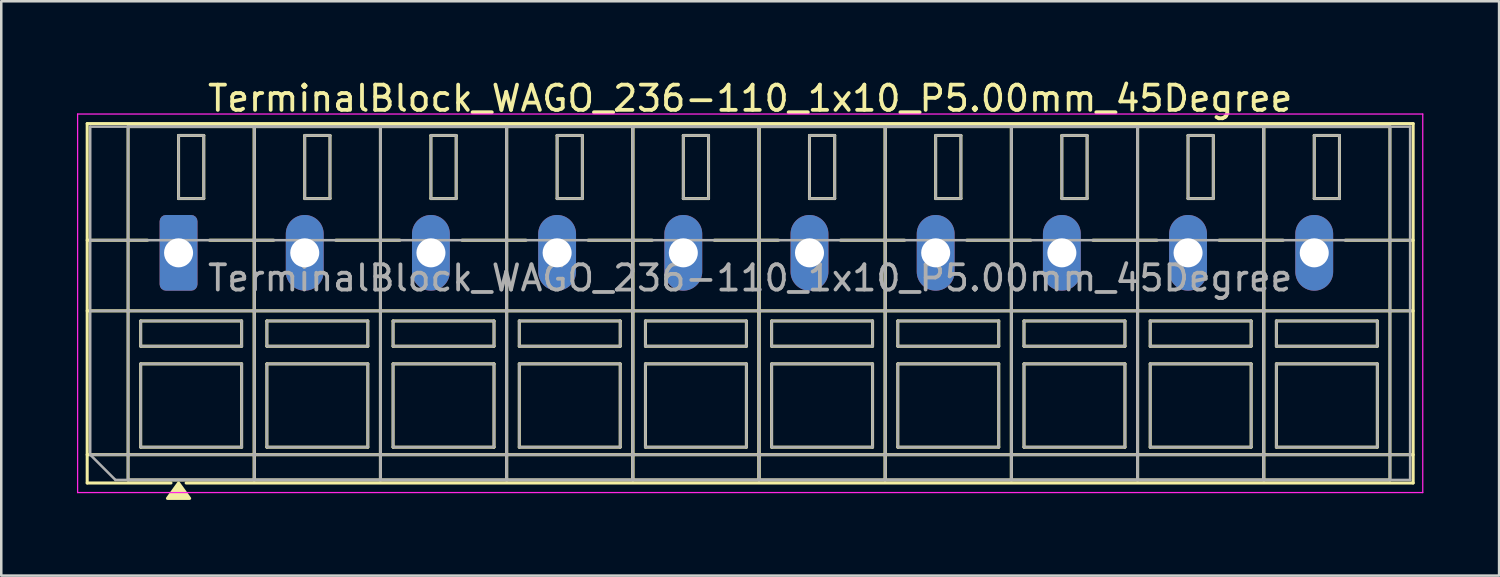
<source format=kicad_pcb>
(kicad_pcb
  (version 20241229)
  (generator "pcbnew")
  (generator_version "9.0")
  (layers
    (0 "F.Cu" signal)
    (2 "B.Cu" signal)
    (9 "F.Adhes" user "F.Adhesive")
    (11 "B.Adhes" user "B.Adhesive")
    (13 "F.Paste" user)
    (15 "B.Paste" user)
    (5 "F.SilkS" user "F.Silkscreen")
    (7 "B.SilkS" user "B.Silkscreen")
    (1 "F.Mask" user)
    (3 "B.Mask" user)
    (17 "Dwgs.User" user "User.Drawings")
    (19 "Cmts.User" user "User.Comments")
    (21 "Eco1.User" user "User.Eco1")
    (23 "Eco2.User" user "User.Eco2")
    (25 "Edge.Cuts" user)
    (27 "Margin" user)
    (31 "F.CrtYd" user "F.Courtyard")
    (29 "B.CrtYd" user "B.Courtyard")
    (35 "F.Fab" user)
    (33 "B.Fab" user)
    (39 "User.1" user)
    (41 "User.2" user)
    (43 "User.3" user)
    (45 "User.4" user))
  (footprint "TerminalBlock_WAGO_236-110_1x10_P5.00mm_45Degree"
    (layer "F.Cu")
    (at 4.025 6.968)
    (property "Reference" "TerminalBlock_WAGO_236-110_1x10_P5.00mm_45Degree" (at 22.65 -6.12 0) (layer "F.SilkS") (effects (font (size 1 1) (thickness 0.15))))
    (attr through_hole)
    (fp_line (start -3.62 -5.12) (end 48.92 -5.12) (stroke (width 0.12) (type solid)) (layer "F.SilkS"))
    (fp_line (start -3.62 -0.5) (end -1.23 -0.5) (stroke (width 0.12) (type solid)) (layer "F.SilkS"))
    (fp_line (start -3.62 2.3) (end 48.92 2.3) (stroke (width 0.12) (type solid)) (layer "F.SilkS"))
    (fp_line (start -3.62 8) (end 48.92 8) (stroke (width 0.12) (type solid)) (layer "F.SilkS"))
    (fp_line (start -3.62 9.12) (end -3.62 -5.12) (stroke (width 0.12) (type solid)) (layer "F.SilkS"))
    (fp_line (start -2 -5) (end 3 -5) (stroke (width 0.12) (type solid)) (layer "F.SilkS"))
    (fp_line (start -2 9) (end -2 -5) (stroke (width 0.12) (type solid)) (layer "F.SilkS"))
    (fp_line (start -1.5 2.7) (end 2.5 2.7) (stroke (width 0.12) (type solid)) (layer "F.SilkS"))
    (fp_line (start -1.5 3.7) (end -1.5 2.7) (stroke (width 0.12) (type solid)) (layer "F.SilkS"))
    (fp_line (start -1.5 4.4) (end 2.5 4.4) (stroke (width 0.12) (type solid)) (layer "F.SilkS"))
    (fp_line (start -1.5 7.7) (end -1.5 4.4) (stroke (width 0.12) (type solid)) (layer "F.SilkS"))
    (fp_line (start -0.3 9.12) (end -3.62 9.12) (stroke (width 0.12) (type solid)) (layer "F.SilkS"))
    (fp_line (start 0 -4.65) (end 1 -4.65) (stroke (width 0.12) (type solid)) (layer "F.SilkS"))
    (fp_line (start 0 -2.15) (end 0 -4.65) (stroke (width 0.12) (type solid)) (layer "F.SilkS"))
    (fp_line (start 1 -4.65) (end 1 -2.15) (stroke (width 0.12) (type solid)) (layer "F.SilkS"))
    (fp_line (start 1 -2.15) (end 0 -2.15) (stroke (width 0.12) (type solid)) (layer "F.SilkS"))
    (fp_line (start 1.23 -0.5) (end 3.77 -0.5) (stroke (width 0.12) (type solid)) (layer "F.SilkS"))
    (fp_line (start 2.5 2.7) (end 2.5 3.7) (stroke (width 0.12) (type solid)) (layer "F.SilkS"))
    (fp_line (start 2.5 3.7) (end -1.5 3.7) (stroke (width 0.12) (type solid)) (layer "F.SilkS"))
    (fp_line (start 2.5 4.4) (end 2.5 7.7) (stroke (width 0.12) (type solid)) (layer "F.SilkS"))
    (fp_line (start 2.5 7.7) (end -1.5 7.7) (stroke (width 0.12) (type solid)) (layer "F.SilkS"))
    (fp_line (start 3 -5) (end 3 9) (stroke (width 0.12) (type solid)) (layer "F.SilkS"))
    (fp_line (start 3 -5) (end 8 -5) (stroke (width 0.12) (type solid)) (layer "F.SilkS"))
    (fp_line (start 3 9) (end -2 9) (stroke (width 0.12) (type solid)) (layer "F.SilkS"))
    (fp_line (start 3 9) (end 3 -5) (stroke (width 0.12) (type solid)) (layer "F.SilkS"))
    (fp_line (start 3.5 2.7) (end 7.5 2.7) (stroke (width 0.12) (type solid)) (layer "F.SilkS"))
    (fp_line (start 3.5 3.7) (end 3.5 2.7) (stroke (width 0.12) (type solid)) (layer "F.SilkS"))
    (fp_line (start 3.5 4.4) (end 7.5 4.4) (stroke (width 0.12) (type solid)) (layer "F.SilkS"))
    (fp_line (start 3.5 7.7) (end 3.5 4.4) (stroke (width 0.12) (type solid)) (layer "F.SilkS"))
    (fp_line (start 5 -4.65) (end 6 -4.65) (stroke (width 0.12) (type solid)) (layer "F.SilkS"))
    (fp_line (start 5 -2.15) (end 5 -4.65) (stroke (width 0.12) (type solid)) (layer "F.SilkS"))
    (fp_line (start 6 -4.65) (end 6 -2.15) (stroke (width 0.12) (type solid)) (layer "F.SilkS"))
    (fp_line (start 6 -2.15) (end 5 -2.15) (stroke (width 0.12) (type solid)) (layer "F.SilkS"))
    (fp_line (start 6.23 -0.5) (end 8.77 -0.5) (stroke (width 0.12) (type solid)) (layer "F.SilkS"))
    (fp_line (start 7.5 2.7) (end 7.5 3.7) (stroke (width 0.12) (type solid)) (layer "F.SilkS"))
    (fp_line (start 7.5 3.7) (end 3.5 3.7) (stroke (width 0.12) (type solid)) (layer "F.SilkS"))
    (fp_line (start 7.5 4.4) (end 7.5 7.7) (stroke (width 0.12) (type solid)) (layer "F.SilkS"))
    (fp_line (start 7.5 7.7) (end 3.5 7.7) (stroke (width 0.12) (type solid)) (layer "F.SilkS"))
    (fp_line (start 8 -5) (end 8 9) (stroke (width 0.12) (type solid)) (layer "F.SilkS"))
    (fp_line (start 8 -5) (end 13 -5) (stroke (width 0.12) (type solid)) (layer "F.SilkS"))
    (fp_line (start 8 9) (end 3 9) (stroke (width 0.12) (type solid)) (layer "F.SilkS"))
    (fp_line (start 8 9) (end 8 -5) (stroke (width 0.12) (type solid)) (layer "F.SilkS"))
    (fp_line (start 8.5 2.7) (end 12.5 2.7) (stroke (width 0.12) (type solid)) (layer "F.SilkS"))
    (fp_line (start 8.5 3.7) (end 8.5 2.7) (stroke (width 0.12) (type solid)) (layer "F.SilkS"))
    (fp_line (start 8.5 4.4) (end 12.5 4.4) (stroke (width 0.12) (type solid)) (layer "F.SilkS"))
    (fp_line (start 8.5 7.7) (end 8.5 4.4) (stroke (width 0.12) (type solid)) (layer "F.SilkS"))
    (fp_line (start 10 -4.65) (end 11 -4.65) (stroke (width 0.12) (type solid)) (layer "F.SilkS"))
    (fp_line (start 10 -2.15) (end 10 -4.65) (stroke (width 0.12) (type solid)) (layer "F.SilkS"))
    (fp_line (start 11 -4.65) (end 11 -2.15) (stroke (width 0.12) (type solid)) (layer "F.SilkS"))
    (fp_line (start 11 -2.15) (end 10 -2.15) (stroke (width 0.12) (type solid)) (layer "F.SilkS"))
    (fp_line (start 11.23 -0.5) (end 13.77 -0.5) (stroke (width 0.12) (type solid)) (layer "F.SilkS"))
    (fp_line (start 12.5 2.7) (end 12.5 3.7) (stroke (width 0.12) (type solid)) (layer "F.SilkS"))
    (fp_line (start 12.5 3.7) (end 8.5 3.7) (stroke (width 0.12) (type solid)) (layer "F.SilkS"))
    (fp_line (start 12.5 4.4) (end 12.5 7.7) (stroke (width 0.12) (type solid)) (layer "F.SilkS"))
    (fp_line (start 12.5 7.7) (end 8.5 7.7) (stroke (width 0.12) (type solid)) (layer "F.SilkS"))
    (fp_line (start 13 -5) (end 13 9) (stroke (width 0.12) (type solid)) (layer "F.SilkS"))
    (fp_line (start 13 -5) (end 18 -5) (stroke (width 0.12) (type solid)) (layer "F.SilkS"))
    (fp_line (start 13 9) (end 8 9) (stroke (width 0.12) (type solid)) (layer "F.SilkS"))
    (fp_line (start 13 9) (end 13 -5) (stroke (width 0.12) (type solid)) (layer "F.SilkS"))
    (fp_line (start 13.5 2.7) (end 17.5 2.7) (stroke (width 0.12) (type solid)) (layer "F.SilkS"))
    (fp_line (start 13.5 3.7) (end 13.5 2.7) (stroke (width 0.12) (type solid)) (layer "F.SilkS"))
    (fp_line (start 13.5 4.4) (end 17.5 4.4) (stroke (width 0.12) (type solid)) (layer "F.SilkS"))
    (fp_line (start 13.5 7.7) (end 13.5 4.4) (stroke (width 0.12) (type solid)) (layer "F.SilkS"))
    (fp_line (start 15 -4.65) (end 16 -4.65) (stroke (width 0.12) (type solid)) (layer "F.SilkS"))
    (fp_line (start 15 -2.15) (end 15 -4.65) (stroke (width 0.12) (type solid)) (layer "F.SilkS"))
    (fp_line (start 16 -4.65) (end 16 -2.15) (stroke (width 0.12) (type solid)) (layer "F.SilkS"))
    (fp_line (start 16 -2.15) (end 15 -2.15) (stroke (width 0.12) (type solid)) (layer "F.SilkS"))
    (fp_line (start 16.23 -0.5) (end 18.77 -0.5) (stroke (width 0.12) (type solid)) (layer "F.SilkS"))
    (fp_line (start 17.5 2.7) (end 17.5 3.7) (stroke (width 0.12) (type solid)) (layer "F.SilkS"))
    (fp_line (start 17.5 3.7) (end 13.5 3.7) (stroke (width 0.12) (type solid)) (layer "F.SilkS"))
    (fp_line (start 17.5 4.4) (end 17.5 7.7) (stroke (width 0.12) (type solid)) (layer "F.SilkS"))
    (fp_line (start 17.5 7.7) (end 13.5 7.7) (stroke (width 0.12) (type solid)) (layer "F.SilkS"))
    (fp_line (start 18 -5) (end 18 9) (stroke (width 0.12) (type solid)) (layer "F.SilkS"))
    (fp_line (start 18 -5) (end 23 -5) (stroke (width 0.12) (type solid)) (layer "F.SilkS"))
    (fp_line (start 18 9) (end 13 9) (stroke (width 0.12) (type solid)) (layer "F.SilkS"))
    (fp_line (start 18 9) (end 18 -5) (stroke (width 0.12) (type solid)) (layer "F.SilkS"))
    (fp_line (start 18.5 2.7) (end 22.5 2.7) (stroke (width 0.12) (type solid)) (layer "F.SilkS"))
    (fp_line (start 18.5 3.7) (end 18.5 2.7) (stroke (width 0.12) (type solid)) (layer "F.SilkS"))
    (fp_line (start 18.5 4.4) (end 22.5 4.4) (stroke (width 0.12) (type solid)) (layer "F.SilkS"))
    (fp_line (start 18.5 7.7) (end 18.5 4.4) (stroke (width 0.12) (type solid)) (layer "F.SilkS"))
    (fp_line (start 20 -4.65) (end 21 -4.65) (stroke (width 0.12) (type solid)) (layer "F.SilkS"))
    (fp_line (start 20 -2.15) (end 20 -4.65) (stroke (width 0.12) (type solid)) (layer "F.SilkS"))
    (fp_line (start 21 -4.65) (end 21 -2.15) (stroke (width 0.12) (type solid)) (layer "F.SilkS"))
    (fp_line (start 21 -2.15) (end 20 -2.15) (stroke (width 0.12) (type solid)) (layer "F.SilkS"))
    (fp_line (start 21.23 -0.5) (end 23.77 -0.5) (stroke (width 0.12) (type solid)) (layer "F.SilkS"))
    (fp_line (start 22.5 2.7) (end 22.5 3.7) (stroke (width 0.12) (type solid)) (layer "F.SilkS"))
    (fp_line (start 22.5 3.7) (end 18.5 3.7) (stroke (width 0.12) (type solid)) (layer "F.SilkS"))
    (fp_line (start 22.5 4.4) (end 22.5 7.7) (stroke (width 0.12) (type solid)) (layer "F.SilkS"))
    (fp_line (start 22.5 7.7) (end 18.5 7.7) (stroke (width 0.12) (type solid)) (layer "F.SilkS"))
    (fp_line (start 23 -5) (end 23 9) (stroke (width 0.12) (type solid)) (layer "F.SilkS"))
    (fp_line (start 23 -5) (end 28 -5) (stroke (width 0.12) (type solid)) (layer "F.SilkS"))
    (fp_line (start 23 9) (end 18 9) (stroke (width 0.12) (type solid)) (layer "F.SilkS"))
    (fp_line (start 23 9) (end 23 -5) (stroke (width 0.12) (type solid)) (layer "F.SilkS"))
    (fp_line (start 23.5 2.7) (end 27.5 2.7) (stroke (width 0.12) (type solid)) (layer "F.SilkS"))
    (fp_line (start 23.5 3.7) (end 23.5 2.7) (stroke (width 0.12) (type solid)) (layer "F.SilkS"))
    (fp_line (start 23.5 4.4) (end 27.5 4.4) (stroke (width 0.12) (type solid)) (layer "F.SilkS"))
    (fp_line (start 23.5 7.7) (end 23.5 4.4) (stroke (width 0.12) (type solid)) (layer "F.SilkS"))
    (fp_line (start 25 -4.65) (end 26 -4.65) (stroke (width 0.12) (type solid)) (layer "F.SilkS"))
    (fp_line (start 25 -2.15) (end 25 -4.65) (stroke (width 0.12) (type solid)) (layer "F.SilkS"))
    (fp_line (start 26 -4.65) (end 26 -2.15) (stroke (width 0.12) (type solid)) (layer "F.SilkS"))
    (fp_line (start 26 -2.15) (end 25 -2.15) (stroke (width 0.12) (type solid)) (layer "F.SilkS"))
    (fp_line (start 26.23 -0.5) (end 28.77 -0.5) (stroke (width 0.12) (type solid)) (layer "F.SilkS"))
    (fp_line (start 27.5 2.7) (end 27.5 3.7) (stroke (width 0.12) (type solid)) (layer "F.SilkS"))
    (fp_line (start 27.5 3.7) (end 23.5 3.7) (stroke (width 0.12) (type solid)) (layer "F.SilkS"))
    (fp_line (start 27.5 4.4) (end 27.5 7.7) (stroke (width 0.12) (type solid)) (layer "F.SilkS"))
    (fp_line (start 27.5 7.7) (end 23.5 7.7) (stroke (width 0.12) (type solid)) (layer "F.SilkS"))
    (fp_line (start 28 -5) (end 28 9) (stroke (width 0.12) (type solid)) (layer "F.SilkS"))
    (fp_line (start 28 -5) (end 33 -5) (stroke (width 0.12) (type solid)) (layer "F.SilkS"))
    (fp_line (start 28 9) (end 23 9) (stroke (width 0.12) (type solid)) (layer "F.SilkS"))
    (fp_line (start 28 9) (end 28 -5) (stroke (width 0.12) (type solid)) (layer "F.SilkS"))
    (fp_line (start 28.5 2.7) (end 32.5 2.7) (stroke (width 0.12) (type solid)) (layer "F.SilkS"))
    (fp_line (start 28.5 3.7) (end 28.5 2.7) (stroke (width 0.12) (type solid)) (layer "F.SilkS"))
    (fp_line (start 28.5 4.4) (end 32.5 4.4) (stroke (width 0.12) (type solid)) (layer "F.SilkS"))
    (fp_line (start 28.5 7.7) (end 28.5 4.4) (stroke (width 0.12) (type solid)) (layer "F.SilkS"))
    (fp_line (start 30 -4.65) (end 31 -4.65) (stroke (width 0.12) (type solid)) (layer "F.SilkS"))
    (fp_line (start 30 -2.15) (end 30 -4.65) (stroke (width 0.12) (type solid)) (layer "F.SilkS"))
    (fp_line (start 31 -4.65) (end 31 -2.15) (stroke (width 0.12) (type solid)) (layer "F.SilkS"))
    (fp_line (start 31 -2.15) (end 30 -2.15) (stroke (width 0.12) (type solid)) (layer "F.SilkS"))
    (fp_line (start 31.23 -0.5) (end 33.77 -0.5) (stroke (width 0.12) (type solid)) (layer "F.SilkS"))
    (fp_line (start 32.5 2.7) (end 32.5 3.7) (stroke (width 0.12) (type solid)) (layer "F.SilkS"))
    (fp_line (start 32.5 3.7) (end 28.5 3.7) (stroke (width 0.12) (type solid)) (layer "F.SilkS"))
    (fp_line (start 32.5 4.4) (end 32.5 7.7) (stroke (width 0.12) (type solid)) (layer "F.SilkS"))
    (fp_line (start 32.5 7.7) (end 28.5 7.7) (stroke (width 0.12) (type solid)) (layer "F.SilkS"))
    (fp_line (start 33 -5) (end 33 9) (stroke (width 0.12) (type solid)) (layer "F.SilkS"))
    (fp_line (start 33 -5) (end 38 -5) (stroke (width 0.12) (type solid)) (layer "F.SilkS"))
    (fp_line (start 33 9) (end 28 9) (stroke (width 0.12) (type solid)) (layer "F.SilkS"))
    (fp_line (start 33 9) (end 33 -5) (stroke (width 0.12) (type solid)) (layer "F.SilkS"))
    (fp_line (start 33.5 2.7) (end 37.5 2.7) (stroke (width 0.12) (type solid)) (layer "F.SilkS"))
    (fp_line (start 33.5 3.7) (end 33.5 2.7) (stroke (width 0.12) (type solid)) (layer "F.SilkS"))
    (fp_line (start 33.5 4.4) (end 37.5 4.4) (stroke (width 0.12) (type solid)) (layer "F.SilkS"))
    (fp_line (start 33.5 7.7) (end 33.5 4.4) (stroke (width 0.12) (type solid)) (layer "F.SilkS"))
    (fp_line (start 35 -4.65) (end 36 -4.65) (stroke (width 0.12) (type solid)) (layer "F.SilkS"))
    (fp_line (start 35 -2.15) (end 35 -4.65) (stroke (width 0.12) (type solid)) (layer "F.SilkS"))
    (fp_line (start 36 -4.65) (end 36 -2.15) (stroke (width 0.12) (type solid)) (layer "F.SilkS"))
    (fp_line (start 36 -2.15) (end 35 -2.15) (stroke (width 0.12) (type solid)) (layer "F.SilkS"))
    (fp_line (start 36.23 -0.5) (end 38.77 -0.5) (stroke (width 0.12) (type solid)) (layer "F.SilkS"))
    (fp_line (start 37.5 2.7) (end 37.5 3.7) (stroke (width 0.12) (type solid)) (layer "F.SilkS"))
    (fp_line (start 37.5 3.7) (end 33.5 3.7) (stroke (width 0.12) (type solid)) (layer "F.SilkS"))
    (fp_line (start 37.5 4.4) (end 37.5 7.7) (stroke (width 0.12) (type solid)) (layer "F.SilkS"))
    (fp_line (start 37.5 7.7) (end 33.5 7.7) (stroke (width 0.12) (type solid)) (layer "F.SilkS"))
    (fp_line (start 38 -5) (end 38 9) (stroke (width 0.12) (type solid)) (layer "F.SilkS"))
    (fp_line (start 38 -5) (end 43 -5) (stroke (width 0.12) (type solid)) (layer "F.SilkS"))
    (fp_line (start 38 9) (end 33 9) (stroke (width 0.12) (type solid)) (layer "F.SilkS"))
    (fp_line (start 38 9) (end 38 -5) (stroke (width 0.12) (type solid)) (layer "F.SilkS"))
    (fp_line (start 38.5 2.7) (end 42.5 2.7) (stroke (width 0.12) (type solid)) (layer "F.SilkS"))
    (fp_line (start 38.5 3.7) (end 38.5 2.7) (stroke (width 0.12) (type solid)) (layer "F.SilkS"))
    (fp_line (start 38.5 4.4) (end 42.5 4.4) (stroke (width 0.12) (type solid)) (layer "F.SilkS"))
    (fp_line (start 38.5 7.7) (end 38.5 4.4) (stroke (width 0.12) (type solid)) (layer "F.SilkS"))
    (fp_line (start 40 -4.65) (end 41 -4.65) (stroke (width 0.12) (type solid)) (layer "F.SilkS"))
    (fp_line (start 40 -2.15) (end 40 -4.65) (stroke (width 0.12) (type solid)) (layer "F.SilkS"))
    (fp_line (start 41 -4.65) (end 41 -2.15) (stroke (width 0.12) (type solid)) (layer "F.SilkS"))
    (fp_line (start 41 -2.15) (end 40 -2.15) (stroke (width 0.12) (type solid)) (layer "F.SilkS"))
    (fp_line (start 41.23 -0.5) (end 43.77 -0.5) (stroke (width 0.12) (type solid)) (layer "F.SilkS"))
    (fp_line (start 42.5 2.7) (end 42.5 3.7) (stroke (width 0.12) (type solid)) (layer "F.SilkS"))
    (fp_line (start 42.5 3.7) (end 38.5 3.7) (stroke (width 0.12) (type solid)) (layer "F.SilkS"))
    (fp_line (start 42.5 4.4) (end 42.5 7.7) (stroke (width 0.12) (type solid)) (layer "F.SilkS"))
    (fp_line (start 42.5 7.7) (end 38.5 7.7) (stroke (width 0.12) (type solid)) (layer "F.SilkS"))
    (fp_line (start 43 -5) (end 43 9) (stroke (width 0.12) (type solid)) (layer "F.SilkS"))
    (fp_line (start 43 -5) (end 48 -5) (stroke (width 0.12) (type solid)) (layer "F.SilkS"))
    (fp_line (start 43 9) (end 38 9) (stroke (width 0.12) (type solid)) (layer "F.SilkS"))
    (fp_line (start 43 9) (end 43 -5) (stroke (width 0.12) (type solid)) (layer "F.SilkS"))
    (fp_line (start 43.5 2.7) (end 47.5 2.7) (stroke (width 0.12) (type solid)) (layer "F.SilkS"))
    (fp_line (start 43.5 3.7) (end 43.5 2.7) (stroke (width 0.12) (type solid)) (layer "F.SilkS"))
    (fp_line (start 43.5 4.4) (end 47.5 4.4) (stroke (width 0.12) (type solid)) (layer "F.SilkS"))
    (fp_line (start 43.5 7.7) (end 43.5 4.4) (stroke (width 0.12) (type solid)) (layer "F.SilkS"))
    (fp_line (start 45 -4.65) (end 46 -4.65) (stroke (width 0.12) (type solid)) (layer "F.SilkS"))
    (fp_line (start 45 -2.15) (end 45 -4.65) (stroke (width 0.12) (type solid)) (layer "F.SilkS"))
    (fp_line (start 46 -4.65) (end 46 -2.15) (stroke (width 0.12) (type solid)) (layer "F.SilkS"))
    (fp_line (start 46 -2.15) (end 45 -2.15) (stroke (width 0.12) (type solid)) (layer "F.SilkS"))
    (fp_line (start 46.23 -0.5) (end 48.92 -0.5) (stroke (width 0.12) (type solid)) (layer "F.SilkS"))
    (fp_line (start 47.5 2.7) (end 47.5 3.7) (stroke (width 0.12) (type solid)) (layer "F.SilkS"))
    (fp_line (start 47.5 3.7) (end 43.5 3.7) (stroke (width 0.12) (type solid)) (layer "F.SilkS"))
    (fp_line (start 47.5 4.4) (end 47.5 7.7) (stroke (width 0.12) (type solid)) (layer "F.SilkS"))
    (fp_line (start 47.5 7.7) (end 43.5 7.7) (stroke (width 0.12) (type solid)) (layer "F.SilkS"))
    (fp_line (start 48 -5) (end 48 9) (stroke (width 0.12) (type solid)) (layer "F.SilkS"))
    (fp_line (start 48 9) (end 43 9) (stroke (width 0.12) (type solid)) (layer "F.SilkS"))
    (fp_line (start 48.92 -5.12) (end 48.92 9.12) (stroke (width 0.12) (type solid)) (layer "F.SilkS"))
    (fp_line (start 48.92 9.12) (end 0.3 9.12) (stroke (width 0.12) (type solid)) (layer "F.SilkS"))
    (fp_poly (pts (xy 0 9.12) (xy 0.44 9.73) (xy -0.44 9.73)) (stroke (width 0.12) (type solid)) (fill yes) (layer "F.SilkS"))
    (fp_line (start -4 -5.5) (end -4 9.5) (stroke (width 0.05) (type solid)) (layer "F.CrtYd"))
    (fp_line (start -4 9.5) (end 49.3 9.5) (stroke (width 0.05) (type solid)) (layer "F.CrtYd"))
    (fp_line (start 49.3 -5.5) (end -4 -5.5) (stroke (width 0.05) (type solid)) (layer "F.CrtYd"))
    (fp_line (start 49.3 9.5) (end 49.3 -5.5) (stroke (width 0.05) (type solid)) (layer "F.CrtYd"))
    (fp_line (start -3.5 -5) (end 48.8 -5) (stroke (width 0.1) (type solid)) (layer "F.Fab"))
    (fp_line (start -3.5 -0.5) (end 48.8 -0.5) (stroke (width 0.1) (type solid)) (layer "F.Fab"))
    (fp_line (start -3.5 2.3) (end 48.8 2.3) (stroke (width 0.1) (type solid)) (layer "F.Fab"))
    (fp_line (start -3.5 8) (end -3.5 -5) (stroke (width 0.1) (type solid)) (layer "F.Fab"))
    (fp_line (start -3.5 8) (end 48.8 8) (stroke (width 0.1) (type solid)) (layer "F.Fab"))
    (fp_line (start -2.5 9) (end -3.5 8) (stroke (width 0.1) (type solid)) (layer "F.Fab"))
    (fp_line (start -2 -5) (end -2 9) (stroke (width 0.1) (type solid)) (layer "F.Fab"))
    (fp_line (start -2 9) (end 3 9) (stroke (width 0.1) (type solid)) (layer "F.Fab"))
    (fp_line (start -1.5 2.7) (end -1.5 3.7) (stroke (width 0.1) (type solid)) (layer "F.Fab"))
    (fp_line (start -1.5 3.7) (end 2.5 3.7) (stroke (width 0.1) (type solid)) (layer "F.Fab"))
    (fp_line (start -1.5 4.4) (end -1.5 7.7) (stroke (width 0.1) (type solid)) (layer "F.Fab"))
    (fp_line (start -1.5 7.7) (end 2.5 7.7) (stroke (width 0.1) (type solid)) (layer "F.Fab"))
    (fp_line (start 0 -4.65) (end 0 -2.15) (stroke (width 0.1) (type solid)) (layer "F.Fab"))
    (fp_line (start 0 -2.15) (end 1 -2.15) (stroke (width 0.1) (type solid)) (layer "F.Fab"))
    (fp_line (start 1 -4.65) (end 0 -4.65) (stroke (width 0.1) (type solid)) (layer "F.Fab"))
    (fp_line (start 1 -2.15) (end 1 -4.65) (stroke (width 0.1) (type solid)) (layer "F.Fab"))
    (fp_line (start 2.5 2.7) (end -1.5 2.7) (stroke (width 0.1) (type solid)) (layer "F.Fab"))
    (fp_line (start 2.5 3.7) (end 2.5 2.7) (stroke (width 0.1) (type solid)) (layer "F.Fab"))
    (fp_line (start 2.5 4.4) (end -1.5 4.4) (stroke (width 0.1) (type solid)) (layer "F.Fab"))
    (fp_line (start 2.5 7.7) (end 2.5 4.4) (stroke (width 0.1) (type solid)) (layer "F.Fab"))
    (fp_line (start 3 -5) (end -2 -5) (stroke (width 0.1) (type solid)) (layer "F.Fab"))
    (fp_line (start 3 -5) (end 3 9) (stroke (width 0.1) (type solid)) (layer "F.Fab"))
    (fp_line (start 3 9) (end 3 -5) (stroke (width 0.1) (type solid)) (layer "F.Fab"))
    (fp_line (start 3 9) (end 8 9) (stroke (width 0.1) (type solid)) (layer "F.Fab"))
    (fp_line (start 3.5 2.7) (end 3.5 3.7) (stroke (width 0.1) (type solid)) (layer "F.Fab"))
    (fp_line (start 3.5 3.7) (end 7.5 3.7) (stroke (width 0.1) (type solid)) (layer "F.Fab"))
    (fp_line (start 3.5 4.4) (end 3.5 7.7) (stroke (width 0.1) (type solid)) (layer "F.Fab"))
    (fp_line (start 3.5 7.7) (end 7.5 7.7) (stroke (width 0.1) (type solid)) (layer "F.Fab"))
    (fp_line (start 5 -4.65) (end 5 -2.15) (stroke (width 0.1) (type solid)) (layer "F.Fab"))
    (fp_line (start 5 -2.15) (end 6 -2.15) (stroke (width 0.1) (type solid)) (layer "F.Fab"))
    (fp_line (start 6 -4.65) (end 5 -4.65) (stroke (width 0.1) (type solid)) (layer "F.Fab"))
    (fp_line (start 6 -2.15) (end 6 -4.65) (stroke (width 0.1) (type solid)) (layer "F.Fab"))
    (fp_line (start 7.5 2.7) (end 3.5 2.7) (stroke (width 0.1) (type solid)) (layer "F.Fab"))
    (fp_line (start 7.5 3.7) (end 7.5 2.7) (stroke (width 0.1) (type solid)) (layer "F.Fab"))
    (fp_line (start 7.5 4.4) (end 3.5 4.4) (stroke (width 0.1) (type solid)) (layer "F.Fab"))
    (fp_line (start 7.5 7.7) (end 7.5 4.4) (stroke (width 0.1) (type solid)) (layer "F.Fab"))
    (fp_line (start 8 -5) (end 3 -5) (stroke (width 0.1) (type solid)) (layer "F.Fab"))
    (fp_line (start 8 -5) (end 8 9) (stroke (width 0.1) (type solid)) (layer "F.Fab"))
    (fp_line (start 8 9) (end 8 -5) (stroke (width 0.1) (type solid)) (layer "F.Fab"))
    (fp_line (start 8 9) (end 13 9) (stroke (width 0.1) (type solid)) (layer "F.Fab"))
    (fp_line (start 8.5 2.7) (end 8.5 3.7) (stroke (width 0.1) (type solid)) (layer "F.Fab"))
    (fp_line (start 8.5 3.7) (end 12.5 3.7) (stroke (width 0.1) (type solid)) (layer "F.Fab"))
    (fp_line (start 8.5 4.4) (end 8.5 7.7) (stroke (width 0.1) (type solid)) (layer "F.Fab"))
    (fp_line (start 8.5 7.7) (end 12.5 7.7) (stroke (width 0.1) (type solid)) (layer "F.Fab"))
    (fp_line (start 10 -4.65) (end 10 -2.15) (stroke (width 0.1) (type solid)) (layer "F.Fab"))
    (fp_line (start 10 -2.15) (end 11 -2.15) (stroke (width 0.1) (type solid)) (layer "F.Fab"))
    (fp_line (start 11 -4.65) (end 10 -4.65) (stroke (width 0.1) (type solid)) (layer "F.Fab"))
    (fp_line (start 11 -2.15) (end 11 -4.65) (stroke (width 0.1) (type solid)) (layer "F.Fab"))
    (fp_line (start 12.5 2.7) (end 8.5 2.7) (stroke (width 0.1) (type solid)) (layer "F.Fab"))
    (fp_line (start 12.5 3.7) (end 12.5 2.7) (stroke (width 0.1) (type solid)) (layer "F.Fab"))
    (fp_line (start 12.5 4.4) (end 8.5 4.4) (stroke (width 0.1) (type solid)) (layer "F.Fab"))
    (fp_line (start 12.5 7.7) (end 12.5 4.4) (stroke (width 0.1) (type solid)) (layer "F.Fab"))
    (fp_line (start 13 -5) (end 8 -5) (stroke (width 0.1) (type solid)) (layer "F.Fab"))
    (fp_line (start 13 -5) (end 13 9) (stroke (width 0.1) (type solid)) (layer "F.Fab"))
    (fp_line (start 13 9) (end 13 -5) (stroke (width 0.1) (type solid)) (layer "F.Fab"))
    (fp_line (start 13 9) (end 18 9) (stroke (width 0.1) (type solid)) (layer "F.Fab"))
    (fp_line (start 13.5 2.7) (end 13.5 3.7) (stroke (width 0.1) (type solid)) (layer "F.Fab"))
    (fp_line (start 13.5 3.7) (end 17.5 3.7) (stroke (width 0.1) (type solid)) (layer "F.Fab"))
    (fp_line (start 13.5 4.4) (end 13.5 7.7) (stroke (width 0.1) (type solid)) (layer "F.Fab"))
    (fp_line (start 13.5 7.7) (end 17.5 7.7) (stroke (width 0.1) (type solid)) (layer "F.Fab"))
    (fp_line (start 15 -4.65) (end 15 -2.15) (stroke (width 0.1) (type solid)) (layer "F.Fab"))
    (fp_line (start 15 -2.15) (end 16 -2.15) (stroke (width 0.1) (type solid)) (layer "F.Fab"))
    (fp_line (start 16 -4.65) (end 15 -4.65) (stroke (width 0.1) (type solid)) (layer "F.Fab"))
    (fp_line (start 16 -2.15) (end 16 -4.65) (stroke (width 0.1) (type solid)) (layer "F.Fab"))
    (fp_line (start 17.5 2.7) (end 13.5 2.7) (stroke (width 0.1) (type solid)) (layer "F.Fab"))
    (fp_line (start 17.5 3.7) (end 17.5 2.7) (stroke (width 0.1) (type solid)) (layer "F.Fab"))
    (fp_line (start 17.5 4.4) (end 13.5 4.4) (stroke (width 0.1) (type solid)) (layer "F.Fab"))
    (fp_line (start 17.5 7.7) (end 17.5 4.4) (stroke (width 0.1) (type solid)) (layer "F.Fab"))
    (fp_line (start 18 -5) (end 13 -5) (stroke (width 0.1) (type solid)) (layer "F.Fab"))
    (fp_line (start 18 -5) (end 18 9) (stroke (width 0.1) (type solid)) (layer "F.Fab"))
    (fp_line (start 18 9) (end 18 -5) (stroke (width 0.1) (type solid)) (layer "F.Fab"))
    (fp_line (start 18 9) (end 23 9) (stroke (width 0.1) (type solid)) (layer "F.Fab"))
    (fp_line (start 18.5 2.7) (end 18.5 3.7) (stroke (width 0.1) (type solid)) (layer "F.Fab"))
    (fp_line (start 18.5 3.7) (end 22.5 3.7) (stroke (width 0.1) (type solid)) (layer "F.Fab"))
    (fp_line (start 18.5 4.4) (end 18.5 7.7) (stroke (width 0.1) (type solid)) (layer "F.Fab"))
    (fp_line (start 18.5 7.7) (end 22.5 7.7) (stroke (width 0.1) (type solid)) (layer "F.Fab"))
    (fp_line (start 20 -4.65) (end 20 -2.15) (stroke (width 0.1) (type solid)) (layer "F.Fab"))
    (fp_line (start 20 -2.15) (end 21 -2.15) (stroke (width 0.1) (type solid)) (layer "F.Fab"))
    (fp_line (start 21 -4.65) (end 20 -4.65) (stroke (width 0.1) (type solid)) (layer "F.Fab"))
    (fp_line (start 21 -2.15) (end 21 -4.65) (stroke (width 0.1) (type solid)) (layer "F.Fab"))
    (fp_line (start 22.5 2.7) (end 18.5 2.7) (stroke (width 0.1) (type solid)) (layer "F.Fab"))
    (fp_line (start 22.5 3.7) (end 22.5 2.7) (stroke (width 0.1) (type solid)) (layer "F.Fab"))
    (fp_line (start 22.5 4.4) (end 18.5 4.4) (stroke (width 0.1) (type solid)) (layer "F.Fab"))
    (fp_line (start 22.5 7.7) (end 22.5 4.4) (stroke (width 0.1) (type solid)) (layer "F.Fab"))
    (fp_line (start 23 -5) (end 18 -5) (stroke (width 0.1) (type solid)) (layer "F.Fab"))
    (fp_line (start 23 -5) (end 23 9) (stroke (width 0.1) (type solid)) (layer "F.Fab"))
    (fp_line (start 23 9) (end 23 -5) (stroke (width 0.1) (type solid)) (layer "F.Fab"))
    (fp_line (start 23 9) (end 28 9) (stroke (width 0.1) (type solid)) (layer "F.Fab"))
    (fp_line (start 23.5 2.7) (end 23.5 3.7) (stroke (width 0.1) (type solid)) (layer "F.Fab"))
    (fp_line (start 23.5 3.7) (end 27.5 3.7) (stroke (width 0.1) (type solid)) (layer "F.Fab"))
    (fp_line (start 23.5 4.4) (end 23.5 7.7) (stroke (width 0.1) (type solid)) (layer "F.Fab"))
    (fp_line (start 23.5 7.7) (end 27.5 7.7) (stroke (width 0.1) (type solid)) (layer "F.Fab"))
    (fp_line (start 25 -4.65) (end 25 -2.15) (stroke (width 0.1) (type solid)) (layer "F.Fab"))
    (fp_line (start 25 -2.15) (end 26 -2.15) (stroke (width 0.1) (type solid)) (layer "F.Fab"))
    (fp_line (start 26 -4.65) (end 25 -4.65) (stroke (width 0.1) (type solid)) (layer "F.Fab"))
    (fp_line (start 26 -2.15) (end 26 -4.65) (stroke (width 0.1) (type solid)) (layer "F.Fab"))
    (fp_line (start 27.5 2.7) (end 23.5 2.7) (stroke (width 0.1) (type solid)) (layer "F.Fab"))
    (fp_line (start 27.5 3.7) (end 27.5 2.7) (stroke (width 0.1) (type solid)) (layer "F.Fab"))
    (fp_line (start 27.5 4.4) (end 23.5 4.4) (stroke (width 0.1) (type solid)) (layer "F.Fab"))
    (fp_line (start 27.5 7.7) (end 27.5 4.4) (stroke (width 0.1) (type solid)) (layer "F.Fab"))
    (fp_line (start 28 -5) (end 23 -5) (stroke (width 0.1) (type solid)) (layer "F.Fab"))
    (fp_line (start 28 -5) (end 28 9) (stroke (width 0.1) (type solid)) (layer "F.Fab"))
    (fp_line (start 28 9) (end 28 -5) (stroke (width 0.1) (type solid)) (layer "F.Fab"))
    (fp_line (start 28 9) (end 33 9) (stroke (width 0.1) (type solid)) (layer "F.Fab"))
    (fp_line (start 28.5 2.7) (end 28.5 3.7) (stroke (width 0.1) (type solid)) (layer "F.Fab"))
    (fp_line (start 28.5 3.7) (end 32.5 3.7) (stroke (width 0.1) (type solid)) (layer "F.Fab"))
    (fp_line (start 28.5 4.4) (end 28.5 7.7) (stroke (width 0.1) (type solid)) (layer "F.Fab"))
    (fp_line (start 28.5 7.7) (end 32.5 7.7) (stroke (width 0.1) (type solid)) (layer "F.Fab"))
    (fp_line (start 30 -4.65) (end 30 -2.15) (stroke (width 0.1) (type solid)) (layer "F.Fab"))
    (fp_line (start 30 -2.15) (end 31 -2.15) (stroke (width 0.1) (type solid)) (layer "F.Fab"))
    (fp_line (start 31 -4.65) (end 30 -4.65) (stroke (width 0.1) (type solid)) (layer "F.Fab"))
    (fp_line (start 31 -2.15) (end 31 -4.65) (stroke (width 0.1) (type solid)) (layer "F.Fab"))
    (fp_line (start 32.5 2.7) (end 28.5 2.7) (stroke (width 0.1) (type solid)) (layer "F.Fab"))
    (fp_line (start 32.5 3.7) (end 32.5 2.7) (stroke (width 0.1) (type solid)) (layer "F.Fab"))
    (fp_line (start 32.5 4.4) (end 28.5 4.4) (stroke (width 0.1) (type solid)) (layer "F.Fab"))
    (fp_line (start 32.5 7.7) (end 32.5 4.4) (stroke (width 0.1) (type solid)) (layer "F.Fab"))
    (fp_line (start 33 -5) (end 28 -5) (stroke (width 0.1) (type solid)) (layer "F.Fab"))
    (fp_line (start 33 -5) (end 33 9) (stroke (width 0.1) (type solid)) (layer "F.Fab"))
    (fp_line (start 33 9) (end 33 -5) (stroke (width 0.1) (type solid)) (layer "F.Fab"))
    (fp_line (start 33 9) (end 38 9) (stroke (width 0.1) (type solid)) (layer "F.Fab"))
    (fp_line (start 33.5 2.7) (end 33.5 3.7) (stroke (width 0.1) (type solid)) (layer "F.Fab"))
    (fp_line (start 33.5 3.7) (end 37.5 3.7) (stroke (width 0.1) (type solid)) (layer "F.Fab"))
    (fp_line (start 33.5 4.4) (end 33.5 7.7) (stroke (width 0.1) (type solid)) (layer "F.Fab"))
    (fp_line (start 33.5 7.7) (end 37.5 7.7) (stroke (width 0.1) (type solid)) (layer "F.Fab"))
    (fp_line (start 35 -4.65) (end 35 -2.15) (stroke (width 0.1) (type solid)) (layer "F.Fab"))
    (fp_line (start 35 -2.15) (end 36 -2.15) (stroke (width 0.1) (type solid)) (layer "F.Fab"))
    (fp_line (start 36 -4.65) (end 35 -4.65) (stroke (width 0.1) (type solid)) (layer "F.Fab"))
    (fp_line (start 36 -2.15) (end 36 -4.65) (stroke (width 0.1) (type solid)) (layer "F.Fab"))
    (fp_line (start 37.5 2.7) (end 33.5 2.7) (stroke (width 0.1) (type solid)) (layer "F.Fab"))
    (fp_line (start 37.5 3.7) (end 37.5 2.7) (stroke (width 0.1) (type solid)) (layer "F.Fab"))
    (fp_line (start 37.5 4.4) (end 33.5 4.4) (stroke (width 0.1) (type solid)) (layer "F.Fab"))
    (fp_line (start 37.5 7.7) (end 37.5 4.4) (stroke (width 0.1) (type solid)) (layer "F.Fab"))
    (fp_line (start 38 -5) (end 33 -5) (stroke (width 0.1) (type solid)) (layer "F.Fab"))
    (fp_line (start 38 -5) (end 38 9) (stroke (width 0.1) (type solid)) (layer "F.Fab"))
    (fp_line (start 38 9) (end 38 -5) (stroke (width 0.1) (type solid)) (layer "F.Fab"))
    (fp_line (start 38 9) (end 43 9) (stroke (width 0.1) (type solid)) (layer "F.Fab"))
    (fp_line (start 38.5 2.7) (end 38.5 3.7) (stroke (width 0.1) (type solid)) (layer "F.Fab"))
    (fp_line (start 38.5 3.7) (end 42.5 3.7) (stroke (width 0.1) (type solid)) (layer "F.Fab"))
    (fp_line (start 38.5 4.4) (end 38.5 7.7) (stroke (width 0.1) (type solid)) (layer "F.Fab"))
    (fp_line (start 38.5 7.7) (end 42.5 7.7) (stroke (width 0.1) (type solid)) (layer "F.Fab"))
    (fp_line (start 40 -4.65) (end 40 -2.15) (stroke (width 0.1) (type solid)) (layer "F.Fab"))
    (fp_line (start 40 -2.15) (end 41 -2.15) (stroke (width 0.1) (type solid)) (layer "F.Fab"))
    (fp_line (start 41 -4.65) (end 40 -4.65) (stroke (width 0.1) (type solid)) (layer "F.Fab"))
    (fp_line (start 41 -2.15) (end 41 -4.65) (stroke (width 0.1) (type solid)) (layer "F.Fab"))
    (fp_line (start 42.5 2.7) (end 38.5 2.7) (stroke (width 0.1) (type solid)) (layer "F.Fab"))
    (fp_line (start 42.5 3.7) (end 42.5 2.7) (stroke (width 0.1) (type solid)) (layer "F.Fab"))
    (fp_line (start 42.5 4.4) (end 38.5 4.4) (stroke (width 0.1) (type solid)) (layer "F.Fab"))
    (fp_line (start 42.5 7.7) (end 42.5 4.4) (stroke (width 0.1) (type solid)) (layer "F.Fab"))
    (fp_line (start 43 -5) (end 38 -5) (stroke (width 0.1) (type solid)) (layer "F.Fab"))
    (fp_line (start 43 -5) (end 43 9) (stroke (width 0.1) (type solid)) (layer "F.Fab"))
    (fp_line (start 43 9) (end 43 -5) (stroke (width 0.1) (type solid)) (layer "F.Fab"))
    (fp_line (start 43 9) (end 48 9) (stroke (width 0.1) (type solid)) (layer "F.Fab"))
    (fp_line (start 43.5 2.7) (end 43.5 3.7) (stroke (width 0.1) (type solid)) (layer "F.Fab"))
    (fp_line (start 43.5 3.7) (end 47.5 3.7) (stroke (width 0.1) (type solid)) (layer "F.Fab"))
    (fp_line (start 43.5 4.4) (end 43.5 7.7) (stroke (width 0.1) (type solid)) (layer "F.Fab"))
    (fp_line (start 43.5 7.7) (end 47.5 7.7) (stroke (width 0.1) (type solid)) (layer "F.Fab"))
    (fp_line (start 45 -4.65) (end 45 -2.15) (stroke (width 0.1) (type solid)) (layer "F.Fab"))
    (fp_line (start 45 -2.15) (end 46 -2.15) (stroke (width 0.1) (type solid)) (layer "F.Fab"))
    (fp_line (start 46 -4.65) (end 45 -4.65) (stroke (width 0.1) (type solid)) (layer "F.Fab"))
    (fp_line (start 46 -2.15) (end 46 -4.65) (stroke (width 0.1) (type solid)) (layer "F.Fab"))
    (fp_line (start 47.5 2.7) (end 43.5 2.7) (stroke (width 0.1) (type solid)) (layer "F.Fab"))
    (fp_line (start 47.5 3.7) (end 47.5 2.7) (stroke (width 0.1) (type solid)) (layer "F.Fab"))
    (fp_line (start 47.5 4.4) (end 43.5 4.4) (stroke (width 0.1) (type solid)) (layer "F.Fab"))
    (fp_line (start 47.5 7.7) (end 47.5 4.4) (stroke (width 0.1) (type solid)) (layer "F.Fab"))
    (fp_line (start 48 -5) (end 43 -5) (stroke (width 0.1) (type solid)) (layer "F.Fab"))
    (fp_line (start 48 9) (end 48 -5) (stroke (width 0.1) (type solid)) (layer "F.Fab"))
    (fp_line (start 48.8 -5) (end 48.8 9) (stroke (width 0.1) (type solid)) (layer "F.Fab"))
    (fp_line (start 48.8 9) (end -2.5 9) (stroke (width 0.1) (type solid)) (layer "F.Fab"))
    (fp_text user "${REFERENCE}" (at 22.65 1 0) (layer "F.Fab") (effects (font (size 1 1) (thickness 0.15))))
    (pad "1" thru_hole roundrect (at 0 0) (size 1.5 3) (drill 1.15) (layers "*.Cu" "*.Mask") (roundrect_rratio 0.167))
    (pad "2" thru_hole oval (at 5 0) (size 1.5 3) (drill 1.15) (layers "*.Cu" "*.Mask"))
    (pad "3" thru_hole oval (at 10 0) (size 1.5 3) (drill 1.15) (layers "*.Cu" "*.Mask"))
    (pad "4" thru_hole oval (at 15 0) (size 1.5 3) (drill 1.15) (layers "*.Cu" "*.Mask"))
    (pad "5" thru_hole oval (at 20 0) (size 1.5 3) (drill 1.15) (layers "*.Cu" "*.Mask"))
    (pad "6" thru_hole oval (at 25 0) (size 1.5 3) (drill 1.15) (layers "*.Cu" "*.Mask"))
    (pad "7" thru_hole oval (at 30 0) (size 1.5 3) (drill 1.15) (layers "*.Cu" "*.Mask"))
    (pad "8" thru_hole oval (at 35 0) (size 1.5 3) (drill 1.15) (layers "*.Cu" "*.Mask"))
    (pad "9" thru_hole oval (at 40 0) (size 1.5 3) (drill 1.15) (layers "*.Cu" "*.Mask"))
    (pad "10" thru_hole oval (at 45 0) (size 1.5 3) (drill 1.15) (layers "*.Cu" "*.Mask")))
  (gr_rect
    (start -3 -3)
    (end 56.35 19.758)
    (stroke (width 0.1) (type default))
    (fill no)
    (layer "Edge.Cuts")))
</source>
